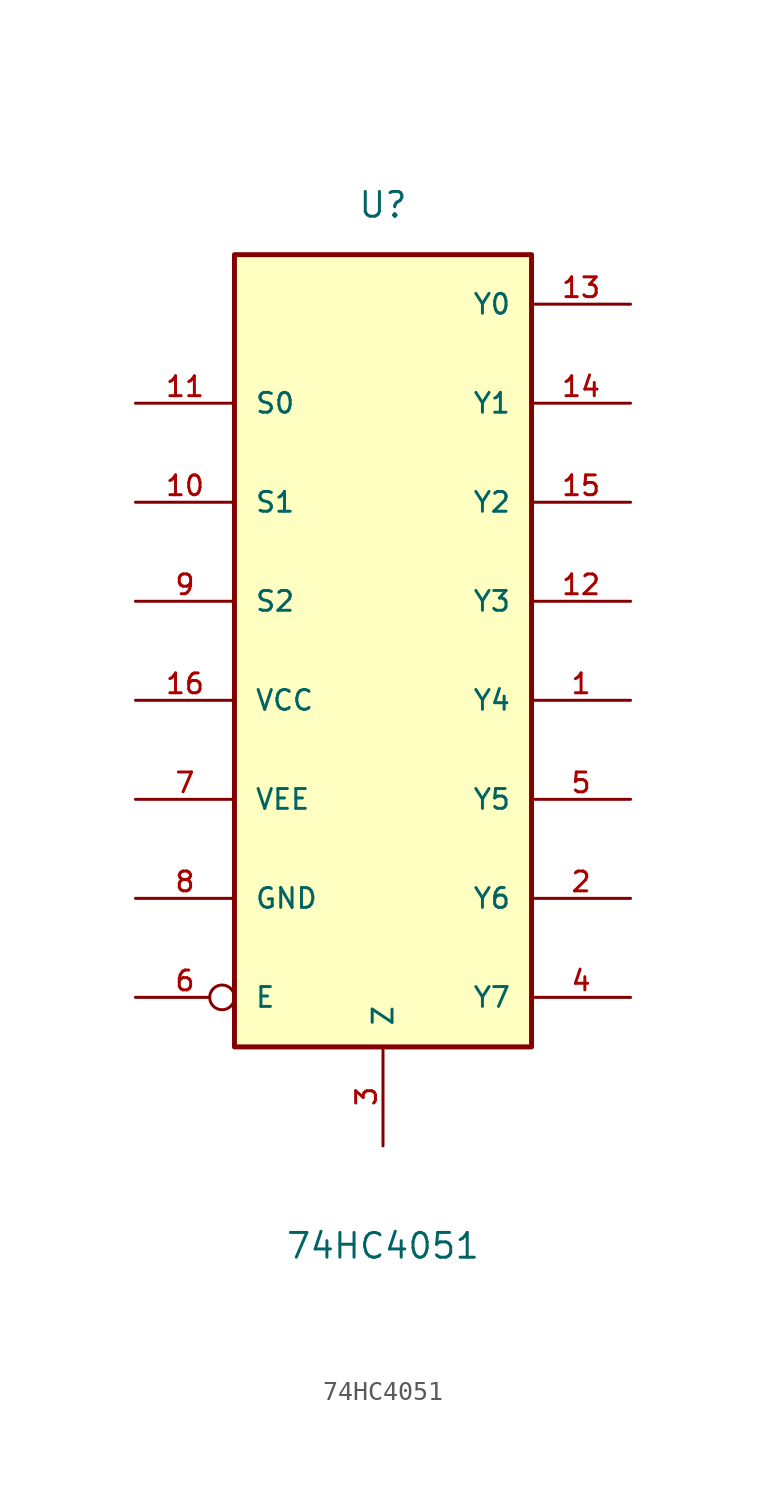
<source format=kicad_sym>
(kicad_symbol_lib
  (version 20211014)
  (generator kicad_symbol_editor)
  (symbol "74HC4051"
    (pin_names
      (offset 1.016))
    (property "Reference" "U"
      (at -2.542 20.333 0)
      (effects (font (size 1.27 1.27))))
    (property "Value" "74HC4051"
      (at -2.544 -33.068 0)
      (effects (font (size 1.27 1.27))))
    (symbol "74HC4051_0_0"
      (rectangle (start -10.16 -22.86) (end 5.08 17.78) (stroke (width 0.254)) (fill (type background)))
      (pin bidirectional line (at 10.16 15.24 180.0) (length 5.08) (name "Y0" (effects (font (size 1.016 1.016)))) (number "13" (effects (font (size 1.016 1.016)))))
      (pin bidirectional line (at 10.16 10.16 180.0) (length 5.08) (name "Y1" (effects (font (size 1.016 1.016)))) (number "14" (effects (font (size 1.016 1.016)))))
      (pin bidirectional line (at 10.16 5.08 180.0) (length 5.08) (name "Y2" (effects (font (size 1.016 1.016)))) (number "15" (effects (font (size 1.016 1.016)))))
      (pin bidirectional line (at 10.16 0.0 180.0) (length 5.08) (name "Y3" (effects (font (size 1.016 1.016)))) (number "12" (effects (font (size 1.016 1.016)))))
      (pin bidirectional line (at 10.16 -5.08 180.0) (length 5.08) (name "Y4" (effects (font (size 1.016 1.016)))) (number "1" (effects (font (size 1.016 1.016)))))
      (pin bidirectional line (at 10.16 -10.16 180.0) (length 5.08) (name "Y5" (effects (font (size 1.016 1.016)))) (number "5" (effects (font (size 1.016 1.016)))))
      (pin bidirectional line (at 10.16 -15.24 180.0) (length 5.08) (name "Y6" (effects (font (size 1.016 1.016)))) (number "2" (effects (font (size 1.016 1.016)))))
      (pin bidirectional line (at 10.16 -20.32 180.0) (length 5.08) (name "Y7" (effects (font (size 1.016 1.016)))) (number "4" (effects (font (size 1.016 1.016)))))
      (pin bidirectional line (at -2.54 -27.94 90.0) (length 5.08) (name "Z" (effects (font (size 1.016 1.016)))) (number "3" (effects (font (size 1.016 1.016)))))
      (pin bidirectional inverted (at -15.24 -20.32 0) (length 5.08) (name "E" (effects (font (size 1.016 1.016)))) (number "6" (effects (font (size 1.016 1.016)))))
      (pin bidirectional line (at -15.24 10.16 0) (length 5.08) (name "S0" (effects (font (size 1.016 1.016)))) (number "11" (effects (font (size 1.016 1.016)))))
      (pin bidirectional line (at -15.24 5.08 0) (length 5.08) (name "S1" (effects (font (size 1.016 1.016)))) (number "10" (effects (font (size 1.016 1.016)))))
      (pin bidirectional line (at -15.24 0.0 0) (length 5.08) (name "S2" (effects (font (size 1.016 1.016)))) (number "9" (effects (font (size 1.016 1.016)))))
      (pin power_in line (at -15.24 -5.08 0) (length 5.08) (name "VCC" (effects (font (size 1.016 1.016)))) (number "16" (effects (font (size 1.016 1.016)))))
      (pin power_in line (at -15.24 -10.16 0) (length 5.08) (name "VEE" (effects (font (size 1.016 1.016)))) (number "7" (effects (font (size 1.016 1.016)))))
      (pin power_in line (at -15.24 -15.24 0) (length 5.08) (name "GND" (effects (font (size 1.016 1.016)))) (number "8" (effects (font (size 1.016 1.016))))))))
</source>
